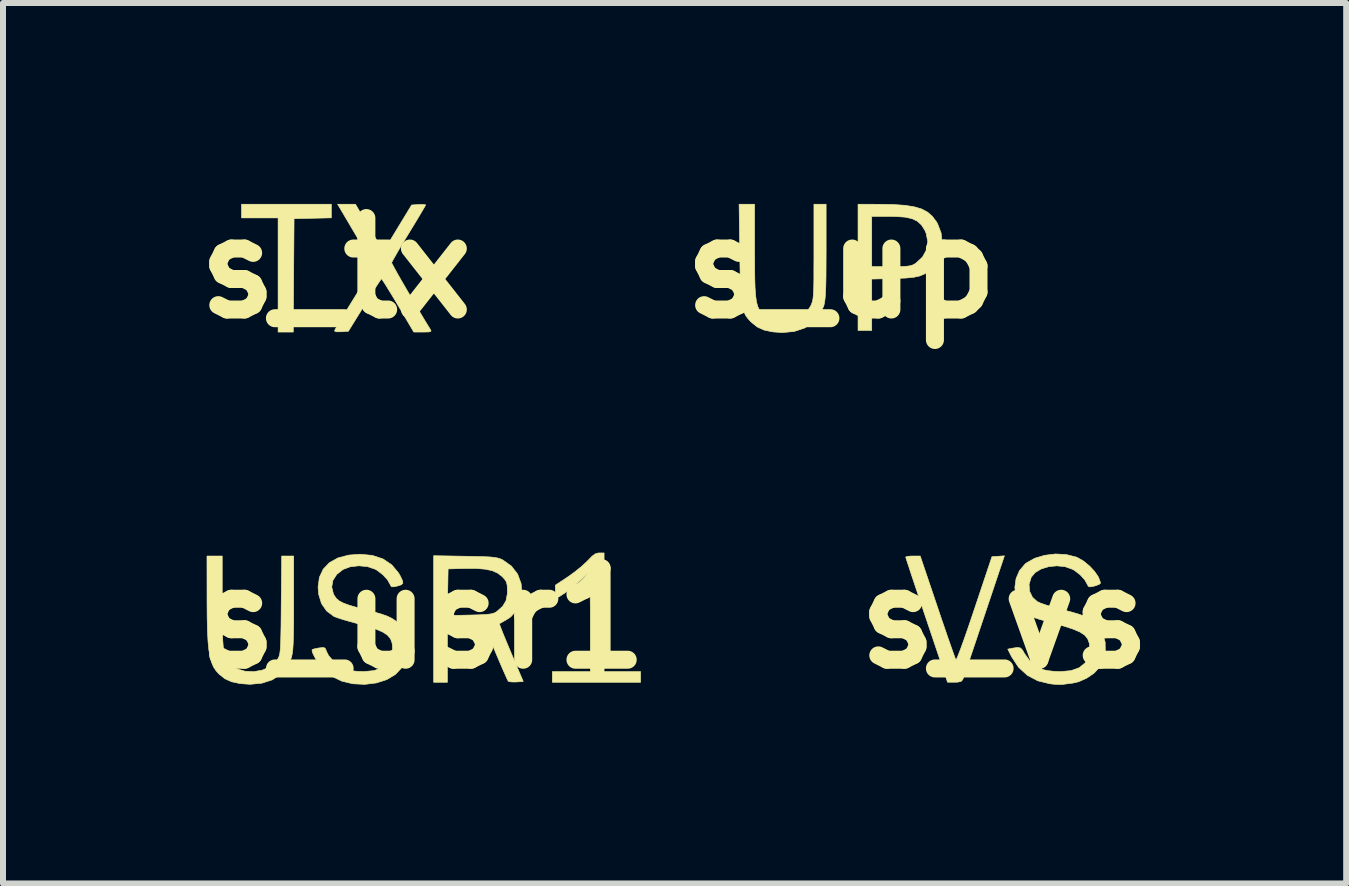
<source format=kicad_pcb>
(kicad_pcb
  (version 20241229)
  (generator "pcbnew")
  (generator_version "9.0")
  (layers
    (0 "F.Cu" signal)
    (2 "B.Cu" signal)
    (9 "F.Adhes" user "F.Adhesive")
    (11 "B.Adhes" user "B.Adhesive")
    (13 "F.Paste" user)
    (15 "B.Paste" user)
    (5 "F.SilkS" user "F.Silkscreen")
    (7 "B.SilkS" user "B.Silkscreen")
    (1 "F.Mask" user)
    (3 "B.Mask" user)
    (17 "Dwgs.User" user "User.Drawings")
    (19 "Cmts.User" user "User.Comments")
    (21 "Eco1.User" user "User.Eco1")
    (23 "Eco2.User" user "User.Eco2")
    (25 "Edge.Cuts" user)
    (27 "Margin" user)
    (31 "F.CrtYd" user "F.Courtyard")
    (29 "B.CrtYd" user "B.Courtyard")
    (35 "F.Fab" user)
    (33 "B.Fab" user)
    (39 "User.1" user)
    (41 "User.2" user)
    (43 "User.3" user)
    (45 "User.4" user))
  (footprint "s_usr1"
    (layer "F.Cu")
    (at 3.999 7.254)
    (property "Reference" "s_usr1" (at 0 0 0) (layer "F.SilkS") (effects (font (size 1.524 1.524) (thickness 0.3))))
    (attr through_hole)
    (fp_poly (pts (xy 3.017 0.887) (xy 3.625 0.887) (xy 3.625 1.065) (xy 2.155 1.065) (xy 2.155 0.887) (xy 2.788 0.887) (xy 2.788 0.063) (xy 2.788 -0.135) (xy 2.786 -0.317) (xy 2.783 -0.475) (xy 2.78 -0.604) (xy 2.776 -0.698) (xy 2.771 -0.751) (xy 2.768 -0.76) (xy 2.74 -0.744) (xy 2.692 -0.7) (xy 2.66 -0.669) (xy 2.581 -0.594) (xy 2.48 -0.51) (xy 2.376 -0.431) (xy 2.285 -0.371) (xy 2.262 -0.358) (xy 2.227 -0.343) (xy 2.211 -0.352) (xy 2.206 -0.397) (xy 2.205 -0.44) (xy 2.205 -0.553) (xy 2.419 -0.695) (xy 2.526 -0.772) (xy 2.632 -0.857) (xy 2.719 -0.936) (xy 2.746 -0.963) (xy 2.817 -1.036) (xy 2.872 -1.076) (xy 2.924 -1.09) (xy 2.938 -1.09) (xy 3.017 -1.09) (xy 3.017 0.887)) (stroke (width 0.01) (type solid)) (fill yes) (layer "F.SilkS"))
    (fp_poly (pts (xy -3.346 -0.273) (xy -3.345 -0.02) (xy -3.343 0.187) (xy -3.338 0.354) (xy -3.328 0.486) (xy -3.314 0.588) (xy -3.293 0.665) (xy -3.265 0.723) (xy -3.228 0.766) (xy -3.182 0.8) (xy -3.125 0.83) (xy -3.105 0.84) (xy -2.966 0.881) (xy -2.819 0.888) (xy -2.676 0.862) (xy -2.55 0.806) (xy -2.453 0.723) (xy -2.428 0.689) (xy -2.412 0.662) (xy -2.399 0.634) (xy -2.389 0.599) (xy -2.382 0.552) (xy -2.376 0.486) (xy -2.372 0.396) (xy -2.369 0.276) (xy -2.366 0.121) (xy -2.364 -0.075) (xy -2.363 -0.222) (xy -2.355 -1.039) (xy -2.155 -1.039) (xy -2.155 -0.258) (xy -2.155 -0.025) (xy -2.157 0.163) (xy -2.16 0.313) (xy -2.164 0.429) (xy -2.17 0.518) (xy -2.179 0.586) (xy -2.189 0.639) (xy -2.194 0.656) (xy -2.265 0.81) (xy -2.373 0.934) (xy -2.514 1.025) (xy -2.685 1.08) (xy -2.882 1.099) (xy -3.048 1.087) (xy -3.192 1.056) (xy -3.304 1.005) (xy -3.401 0.927) (xy -3.451 0.871) (xy -3.492 0.808) (xy -3.524 0.732) (xy -3.55 0.64) (xy -3.569 0.524) (xy -3.583 0.38) (xy -3.592 0.203) (xy -3.597 -0.013) (xy -3.599 -0.272) (xy -3.599 -0.349) (xy -3.6 -1.039) (xy -3.346 -1.039) (xy -3.346 -0.273)) (stroke (width 0.01) (type solid)) (fill yes) (layer "F.SilkS"))
    (fp_poly (pts (xy 0.703 -1.035) (xy 0.882 -1.031) (xy 1.018 -1.028) (xy 1.119 -1.023) (xy 1.192 -1.015) (xy 1.247 -1.005) (xy 1.289 -0.992) (xy 1.328 -0.974) (xy 1.334 -0.97) (xy 1.475 -0.869) (xy 1.576 -0.738) (xy 1.634 -0.581) (xy 1.648 -0.444) (xy 1.626 -0.279) (xy 1.563 -0.137) (xy 1.462 -0.025) (xy 1.401 0.016) (xy 1.333 0.055) (xy 1.286 0.082) (xy 1.272 0.09) (xy 1.28 0.114) (xy 1.304 0.178) (xy 1.342 0.274) (xy 1.392 0.395) (xy 1.451 0.536) (xy 1.467 0.574) (xy 1.67 1.052) (xy 1.554 1.06) (xy 1.481 1.06) (xy 1.43 1.053) (xy 1.42 1.047) (xy 1.405 1.018) (xy 1.374 0.95) (xy 1.33 0.851) (xy 1.277 0.728) (xy 1.218 0.589) (xy 1.034 0.152) (xy 0.406 0.152) (xy 0.406 1.065) (xy 0.177 1.065) (xy 0.177 -0.047) (xy 0.404 -0.047) (xy 0.783 -0.055) (xy 0.933 -0.059) (xy 1.041 -0.064) (xy 1.117 -0.072) (xy 1.169 -0.083) (xy 1.207 -0.099) (xy 1.232 -0.116) (xy 1.328 -0.202) (xy 1.383 -0.294) (xy 1.405 -0.409) (xy 1.406 -0.458) (xy 1.403 -0.546) (xy 1.39 -0.605) (xy 1.358 -0.654) (xy 1.318 -0.697) (xy 1.244 -0.754) (xy 1.152 -0.795) (xy 1.032 -0.82) (xy 0.879 -0.832) (xy 0.683 -0.831) (xy 0.68 -0.831) (xy 0.418 -0.824) (xy 0.411 -0.435) (xy 0.404 -0.047) (xy 0.177 -0.047) (xy 0.177 -1.044) (xy 0.703 -1.035)) (stroke (width 0.01) (type solid)) (fill yes) (layer "F.SilkS"))
    (fp_poly (pts (xy -0.843 -1.049) (xy -0.666 -0.99) (xy -0.52 -0.891) (xy -0.406 -0.754) (xy -0.378 -0.704) (xy -0.342 -0.629) (xy -0.336 -0.585) (xy -0.363 -0.559) (xy -0.427 -0.539) (xy -0.43 -0.538) (xy -0.496 -0.525) (xy -0.529 -0.53) (xy -0.545 -0.558) (xy -0.546 -0.561) (xy -0.59 -0.641) (xy -0.667 -0.725) (xy -0.761 -0.798) (xy -0.795 -0.818) (xy -0.924 -0.862) (xy -1.07 -0.876) (xy -1.215 -0.859) (xy -1.333 -0.815) (xy -1.438 -0.732) (xy -1.502 -0.632) (xy -1.521 -0.522) (xy -1.494 -0.41) (xy -1.479 -0.381) (xy -1.444 -0.332) (xy -1.397 -0.291) (xy -1.329 -0.255) (xy -1.234 -0.22) (xy -1.103 -0.182) (xy -0.99 -0.152) (xy -0.821 -0.108) (xy -0.692 -0.071) (xy -0.596 -0.037) (xy -0.523 -0.002) (xy -0.463 0.037) (xy -0.409 0.083) (xy -0.409 0.084) (xy -0.315 0.2) (xy -0.263 0.333) (xy -0.25 0.472) (xy -0.255 0.588) (xy -0.274 0.677) (xy -0.315 0.761) (xy -0.356 0.825) (xy -0.462 0.936) (xy -0.605 1.021) (xy -0.777 1.076) (xy -0.971 1.1) (xy -1.171 1.09) (xy -1.354 1.046) (xy -1.521 0.965) (xy -1.657 0.855) (xy -1.695 0.812) (xy -1.756 0.728) (xy -1.805 0.646) (xy -1.839 0.576) (xy -1.85 0.529) (xy -1.847 0.52) (xy -1.817 0.51) (xy -1.756 0.497) (xy -1.733 0.493) (xy -1.666 0.485) (xy -1.633 0.495) (xy -1.616 0.529) (xy -1.612 0.544) (xy -1.575 0.617) (xy -1.506 0.699) (xy -1.42 0.776) (xy -1.329 0.834) (xy -1.277 0.856) (xy -1.197 0.872) (xy -1.09 0.883) (xy -0.991 0.887) (xy -0.818 0.871) (xy -0.682 0.822) (xy -0.584 0.741) (xy -0.525 0.631) (xy -0.507 0.504) (xy -0.514 0.416) (xy -0.54 0.344) (xy -0.59 0.282) (xy -0.669 0.229) (xy -0.782 0.18) (xy -0.936 0.13) (xy -1.094 0.087) (xy -1.221 0.052) (xy -1.337 0.019) (xy -1.429 -0.011) (xy -1.484 -0.032) (xy -1.487 -0.034) (xy -1.607 -0.124) (xy -1.692 -0.247) (xy -1.739 -0.401) (xy -1.749 -0.52) (xy -1.727 -0.683) (xy -1.663 -0.82) (xy -1.56 -0.928) (xy -1.418 -1.007) (xy -1.24 -1.054) (xy -1.049 -1.069) (xy -0.843 -1.049)) (stroke (width 0.01) (type solid)) (fill yes) (layer "F.SilkS")))
  (footprint "s_vs"
    (layer "F.Cu")
    (at 13.69 7.254)
    (property "Reference" "s_vs" (at 0 0 0) (layer "F.SilkS") (effects (font (size 1.524 1.524) (thickness 0.3))))
    (attr through_hole)
    (fp_poly (pts (xy -0.341 -0.033) (xy -0.414 0.184) (xy -0.482 0.387) (xy -0.544 0.571) (xy -0.598 0.731) (xy -0.642 0.86) (xy -0.674 0.955) (xy -0.693 1.01) (xy -0.697 1.02) (xy -0.724 1.05) (xy -0.782 1.063) (xy -0.833 1.064) (xy -0.951 1.064) (xy -1.299 0.03) (xy -1.373 -0.189) (xy -1.441 -0.392) (xy -1.502 -0.576) (xy -1.555 -0.734) (xy -1.597 -0.863) (xy -1.628 -0.957) (xy -1.645 -1.011) (xy -1.648 -1.022) (xy -1.625 -1.032) (xy -1.567 -1.038) (xy -1.527 -1.039) (xy -1.406 -1.039) (xy -1.117 -0.184) (xy -1.05 0.015) (xy -0.987 0.198) (xy -0.931 0.361) (xy -0.883 0.497) (xy -0.846 0.602) (xy -0.821 0.669) (xy -0.811 0.692) (xy -0.799 0.674) (xy -0.773 0.613) (xy -0.735 0.514) (xy -0.687 0.382) (xy -0.631 0.223) (xy -0.569 0.042) (xy -0.502 -0.157) (xy -0.502 -0.157) (xy -0.211 -1.027) (xy -0.003 -1.042) (xy -0.341 -0.033)) (stroke (width 0.01) (type solid)) (fill yes) (layer "F.SilkS"))
    (fp_poly (pts (xy 1.029 -1.063) (xy 1.192 -1.022) (xy 1.212 -1.014) (xy 1.315 -0.955) (xy 1.414 -0.874) (xy 1.5 -0.782) (xy 1.564 -0.688) (xy 1.595 -0.604) (xy 1.597 -0.584) (xy 1.575 -0.566) (xy 1.52 -0.545) (xy 1.496 -0.538) (xy 1.431 -0.525) (xy 1.398 -0.53) (xy 1.382 -0.558) (xy 1.381 -0.561) (xy 1.336 -0.641) (xy 1.26 -0.725) (xy 1.166 -0.798) (xy 1.131 -0.818) (xy 1.008 -0.861) (xy 0.872 -0.875) (xy 0.735 -0.862) (xy 0.609 -0.823) (xy 0.508 -0.762) (xy 0.444 -0.685) (xy 0.408 -0.568) (xy 0.416 -0.452) (xy 0.465 -0.351) (xy 0.543 -0.28) (xy 0.597 -0.255) (xy 0.689 -0.223) (xy 0.804 -0.188) (xy 0.932 -0.154) (xy 0.938 -0.152) (xy 1.113 -0.106) (xy 1.248 -0.066) (xy 1.35 -0.027) (xy 1.428 0.014) (xy 1.492 0.062) (xy 1.549 0.119) (xy 1.55 0.12) (xy 1.633 0.248) (xy 1.676 0.397) (xy 1.678 0.554) (xy 1.639 0.708) (xy 1.579 0.819) (xy 1.49 0.914) (xy 1.369 0.996) (xy 1.235 1.056) (xy 1.141 1.078) (xy 1.055 1.089) (xy 0.98 1.099) (xy 0.963 1.101) (xy 0.903 1.102) (xy 0.815 1.097) (xy 0.755 1.09) (xy 0.553 1.041) (xy 0.379 0.949) (xy 0.233 0.816) (xy 0.118 0.642) (xy 0.115 0.636) (xy 0.053 0.513) (xy 0.131 0.497) (xy 0.213 0.485) (xy 0.264 0.493) (xy 0.3 0.53) (xy 0.328 0.581) (xy 0.411 0.696) (xy 0.523 0.793) (xy 0.648 0.856) (xy 0.657 0.858) (xy 0.733 0.873) (xy 0.836 0.884) (xy 0.936 0.887) (xy 1.108 0.871) (xy 1.245 0.822) (xy 1.343 0.741) (xy 1.402 0.631) (xy 1.419 0.504) (xy 1.412 0.416) (xy 1.386 0.344) (xy 1.337 0.282) (xy 1.258 0.229) (xy 1.144 0.18) (xy 0.99 0.13) (xy 0.833 0.087) (xy 0.705 0.052) (xy 0.59 0.019) (xy 0.498 -0.011) (xy 0.442 -0.032) (xy 0.439 -0.034) (xy 0.322 -0.121) (xy 0.238 -0.238) (xy 0.187 -0.373) (xy 0.171 -0.518) (xy 0.191 -0.662) (xy 0.247 -0.794) (xy 0.341 -0.905) (xy 0.363 -0.923) (xy 0.501 -1.001) (xy 0.669 -1.051) (xy 0.849 -1.073) (xy 1.029 -1.063)) (stroke (width 0.01) (type solid)) (fill yes) (layer "F.SilkS")))
  (footprint "s_tx"
    (layer "F.Cu")
    (at 2.547 1.418)
    (property "Reference" "s_tx" (at 0 0 0) (layer "F.SilkS") (effects (font (size 1.524 1.524) (thickness 0.3))))
    (attr through_hole)
    (fp_poly (pts (xy -0.076 -0.838) (xy -0.387 -0.831) (xy -0.697 -0.824) (xy -0.704 0.12) (xy -0.71 1.065) (xy -0.963 1.065) (xy -0.963 -0.837) (xy -1.572 -0.837) (xy -1.572 -1.065) (xy -0.076 -1.065) (xy -0.076 -0.838)) (stroke (width 0.01) (type solid)) (fill yes) (layer "F.SilkS"))
    (fp_poly (pts (xy 0.559 -0.671) (xy 0.792 -0.278) (xy 1.027 -0.665) (xy 1.262 -1.052) (xy 1.379 -1.06) (xy 1.448 -1.061) (xy 1.49 -1.057) (xy 1.496 -1.053) (xy 1.483 -1.028) (xy 1.447 -0.967) (xy 1.393 -0.875) (xy 1.324 -0.76) (xy 1.243 -0.627) (xy 1.213 -0.577) (xy 1.129 -0.44) (xy 1.055 -0.316) (xy 0.995 -0.212) (xy 0.952 -0.136) (xy 0.931 -0.095) (xy 0.929 -0.089) (xy 0.942 -0.063) (xy 0.976 0.000443) (xy 1.027 0.093) (xy 1.092 0.207) (xy 1.167 0.336) (xy 1.246 0.472) (xy 1.326 0.609) (xy 1.403 0.739) (xy 1.472 0.855) (xy 1.53 0.95) (xy 1.566 1.008) (xy 1.584 1.039) (xy 1.581 1.056) (xy 1.548 1.063) (xy 1.475 1.065) (xy 1.45 1.065) (xy 1.298 1.065) (xy 1.036 0.621) (xy 0.956 0.487) (xy 0.884 0.37) (xy 0.826 0.275) (xy 0.783 0.209) (xy 0.762 0.179) (xy 0.76 0.178) (xy 0.744 0.198) (xy 0.705 0.256) (xy 0.648 0.343) (xy 0.577 0.455) (xy 0.496 0.584) (xy 0.478 0.615) (xy 0.208 1.052) (xy 0.088 1.06) (xy 0.015 1.061) (xy -0.018 1.052) (xy -0.019 1.033) (xy -0.002 1.003) (xy 0.037 0.936) (xy 0.096 0.839) (xy 0.169 0.717) (xy 0.254 0.579) (xy 0.313 0.484) (xy 0.414 0.319) (xy 0.491 0.191) (xy 0.546 0.096) (xy 0.583 0.026) (xy 0.603 -0.022) (xy 0.61 -0.055) (xy 0.606 -0.079) (xy 0.603 -0.086) (xy 0.582 -0.123) (xy 0.539 -0.197) (xy 0.48 -0.299) (xy 0.407 -0.423) (xy 0.326 -0.562) (xy 0.302 -0.602) (xy 0.029 -1.065) (xy 0.326 -1.065) (xy 0.559 -0.671)) (stroke (width 0.01) (type solid)) (fill yes) (layer "F.SilkS")))
  (footprint "s_up"
    (layer "F.Cu")
    (at 10.969 1.418)
    (property "Reference" "s_up" (at 0 0 0) (layer "F.SilkS") (effects (font (size 1.524 1.524) (thickness 0.3))))
    (attr through_hole)
    (fp_poly (pts (xy 0.627 -1.064) (xy 0.865 -1.06) (xy 1.059 -1.047) (xy 1.215 -1.022) (xy 1.34 -0.985) (xy 1.439 -0.932) (xy 1.518 -0.862) (xy 1.585 -0.773) (xy 1.604 -0.74) (xy 1.663 -0.587) (xy 1.681 -0.423) (xy 1.659 -0.261) (xy 1.598 -0.113) (xy 1.526 -0.017) (xy 1.458 0.048) (xy 1.389 0.096) (xy 1.309 0.13) (xy 1.208 0.152) (xy 1.078 0.165) (xy 0.908 0.172) (xy 0.881 0.173) (xy 0.507 0.182) (xy 0.507 1.039) (xy 0.279 1.039) (xy 0.279 -0.862) (xy 0.507 -0.862) (xy 0.507 -0.025) (xy 0.833 -0.025) (xy 0.97 -0.026) (xy 1.066 -0.029) (xy 1.134 -0.037) (xy 1.182 -0.049) (xy 1.221 -0.069) (xy 1.242 -0.082) (xy 1.353 -0.185) (xy 1.42 -0.306) (xy 1.441 -0.44) (xy 1.414 -0.579) (xy 1.39 -0.634) (xy 1.335 -0.72) (xy 1.267 -0.782) (xy 1.177 -0.825) (xy 1.059 -0.85) (xy 0.902 -0.861) (xy 0.806 -0.862) (xy 0.507 -0.862) (xy 0.279 -0.862) (xy 0.279 -1.065) (xy 0.627 -1.064)) (stroke (width 0.01) (type solid)) (fill yes) (layer "F.SilkS"))
    (fp_poly (pts (xy -1.445 -0.298) (xy -1.444 -0.045) (xy -1.442 0.162) (xy -1.437 0.329) (xy -1.427 0.461) (xy -1.413 0.563) (xy -1.392 0.64) (xy -1.364 0.697) (xy -1.327 0.741) (xy -1.281 0.775) (xy -1.224 0.805) (xy -1.204 0.814) (xy -1.061 0.858) (xy -0.912 0.865) (xy -0.771 0.837) (xy -0.646 0.778) (xy -0.549 0.691) (xy -0.513 0.635) (xy -0.497 0.602) (xy -0.485 0.568) (xy -0.475 0.529) (xy -0.468 0.477) (xy -0.463 0.407) (xy -0.459 0.313) (xy -0.457 0.188) (xy -0.457 0.028) (xy -0.456 -0.175) (xy -0.456 -0.272) (xy -0.456 -1.065) (xy -0.253 -1.065) (xy -0.253 -0.283) (xy -0.254 -0.05) (xy -0.255 0.138) (xy -0.258 0.287) (xy -0.263 0.404) (xy -0.269 0.493) (xy -0.277 0.561) (xy -0.288 0.613) (xy -0.293 0.631) (xy -0.363 0.785) (xy -0.471 0.909) (xy -0.613 0.999) (xy -0.784 1.055) (xy -0.981 1.074) (xy -1.146 1.062) (xy -1.287 1.032) (xy -1.396 0.983) (xy -1.495 0.905) (xy -1.517 0.884) (xy -1.558 0.838) (xy -1.593 0.79) (xy -1.62 0.734) (xy -1.641 0.665) (xy -1.658 0.577) (xy -1.67 0.465) (xy -1.678 0.323) (xy -1.685 0.146) (xy -1.689 -0.073) (xy -1.692 -0.26) (xy -1.703 -1.065) (xy -1.445 -1.065) (xy -1.445 -0.298)) (stroke (width 0.01) (type solid)) (fill yes) (layer "F.SilkS")))
  (gr_rect
    (start -3 -3)
    (end 19.382 11.672)
    (stroke (width 0.1) (type default))
    (fill no)
    (layer "Edge.Cuts")))
</source>
